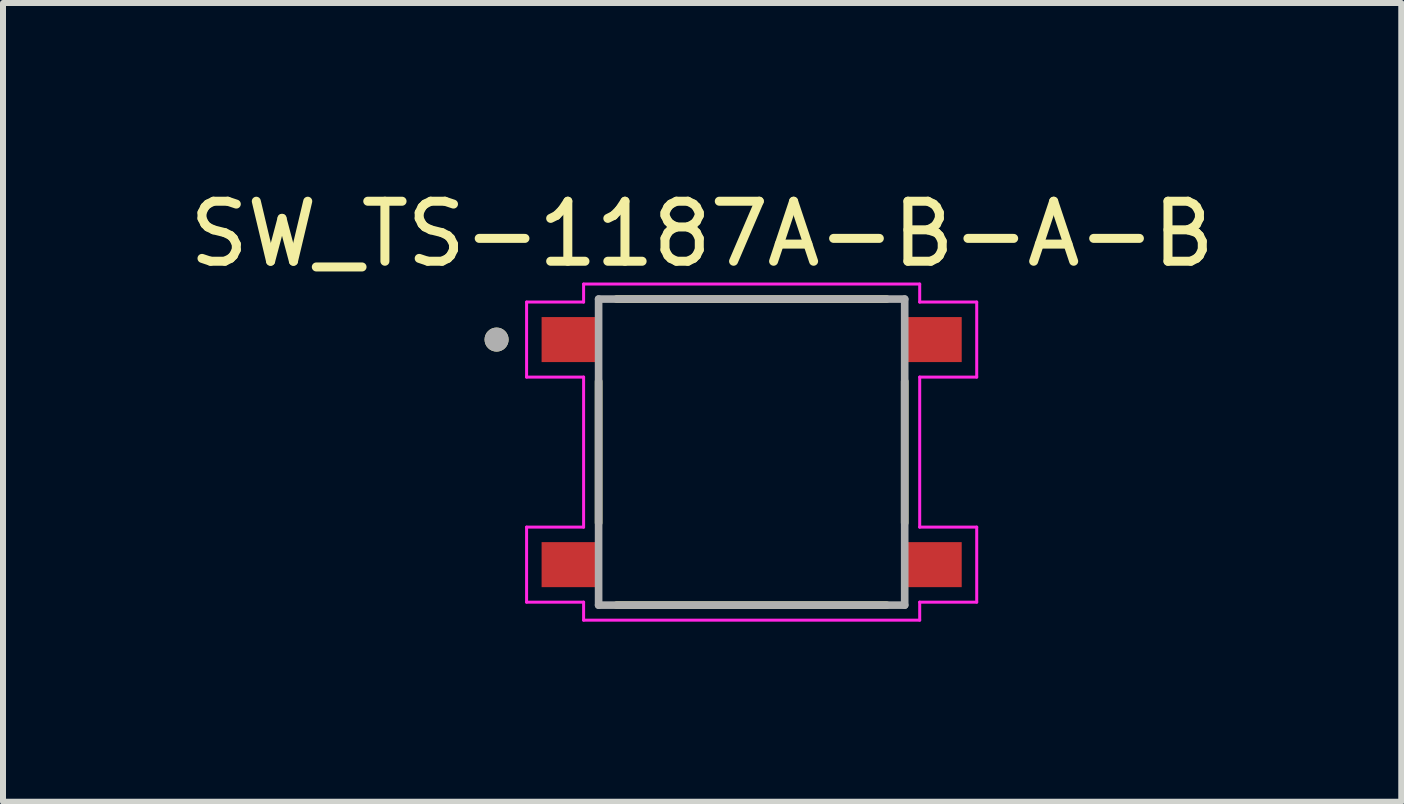
<source format=kicad_pcb>
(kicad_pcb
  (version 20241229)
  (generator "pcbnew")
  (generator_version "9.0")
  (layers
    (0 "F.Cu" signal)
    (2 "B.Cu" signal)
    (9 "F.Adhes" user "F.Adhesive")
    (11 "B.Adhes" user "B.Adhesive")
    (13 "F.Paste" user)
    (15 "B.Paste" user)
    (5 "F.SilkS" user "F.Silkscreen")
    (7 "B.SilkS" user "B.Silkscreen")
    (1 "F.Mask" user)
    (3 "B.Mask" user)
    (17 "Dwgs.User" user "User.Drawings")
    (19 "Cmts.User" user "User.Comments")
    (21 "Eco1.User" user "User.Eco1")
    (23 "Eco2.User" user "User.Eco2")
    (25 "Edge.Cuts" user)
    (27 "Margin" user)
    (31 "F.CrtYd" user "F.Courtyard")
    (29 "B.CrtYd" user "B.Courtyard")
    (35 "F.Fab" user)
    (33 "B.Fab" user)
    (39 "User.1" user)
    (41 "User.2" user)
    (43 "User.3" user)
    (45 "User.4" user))
  (footprint "SW_TS-1187A-B-A-B"
    (layer "F.Cu")
    (at 9.474 4.483)
    (property "Reference" "SW_TS-1187A-B-A-B" (at -0.825 -3.635 0) (layer "F.SilkS") (effects (font (size 1 1) (thickness 0.15))))
    (attr smd)
    (fp_line (start -2.55 -1.18) (end -2.55 1.18) (stroke (width 0.127) (type solid)) (layer "F.SilkS"))
    (fp_line (start 2.25 -2.55) (end -2.25 -2.55) (stroke (width 0.127) (type solid)) (layer "F.SilkS"))
    (fp_line (start 2.25 2.55) (end -2.25 2.55) (stroke (width 0.127) (type solid)) (layer "F.SilkS"))
    (fp_line (start 2.55 1.18) (end 2.55 -1.18) (stroke (width 0.127) (type solid)) (layer "F.SilkS"))
    (fp_circle (center -4.25 -1.875) (end -4.15 -1.875) (stroke (width 0.2) (type solid)) (fill no) (layer "F.SilkS"))
    (fp_line (start -3.75 -2.5) (end -3.75 -1.25) (stroke (width 0.05) (type solid)) (layer "F.CrtYd"))
    (fp_line (start -3.75 -2.5) (end -2.8 -2.5) (stroke (width 0.05) (type solid)) (layer "F.CrtYd"))
    (fp_line (start -3.75 -1.25) (end -2.8 -1.25) (stroke (width 0.05) (type solid)) (layer "F.CrtYd"))
    (fp_line (start -3.75 1.25) (end -2.8 1.25) (stroke (width 0.05) (type solid)) (layer "F.CrtYd"))
    (fp_line (start -3.75 2.5) (end -3.75 1.25) (stroke (width 0.05) (type solid)) (layer "F.CrtYd"))
    (fp_line (start -3.75 2.5) (end -2.8 2.5) (stroke (width 0.05) (type solid)) (layer "F.CrtYd"))
    (fp_line (start -2.8 -2.8) (end -2.8 -2.5) (stroke (width 0.05) (type solid)) (layer "F.CrtYd"))
    (fp_line (start -2.8 -1.25) (end -2.8 1.25) (stroke (width 0.05) (type solid)) (layer "F.CrtYd"))
    (fp_line (start -2.8 2.8) (end -2.8 2.5) (stroke (width 0.05) (type solid)) (layer "F.CrtYd"))
    (fp_line (start -2.8 2.8) (end 2.8 2.8) (stroke (width 0.05) (type solid)) (layer "F.CrtYd"))
    (fp_line (start 2.8 -2.8) (end -2.8 -2.8) (stroke (width 0.05) (type solid)) (layer "F.CrtYd"))
    (fp_line (start 2.8 -2.8) (end 2.8 -2.5) (stroke (width 0.05) (type solid)) (layer "F.CrtYd"))
    (fp_line (start 2.8 -1.25) (end 2.8 1.25) (stroke (width 0.05) (type solid)) (layer "F.CrtYd"))
    (fp_line (start 2.8 2.8) (end 2.8 2.5) (stroke (width 0.05) (type solid)) (layer "F.CrtYd"))
    (fp_line (start 3.75 -2.5) (end 2.8 -2.5) (stroke (width 0.05) (type solid)) (layer "F.CrtYd"))
    (fp_line (start 3.75 -2.5) (end 3.75 -1.25) (stroke (width 0.05) (type solid)) (layer "F.CrtYd"))
    (fp_line (start 3.75 -1.25) (end 2.8 -1.25) (stroke (width 0.05) (type solid)) (layer "F.CrtYd"))
    (fp_line (start 3.75 1.25) (end 2.8 1.25) (stroke (width 0.05) (type solid)) (layer "F.CrtYd"))
    (fp_line (start 3.75 2.5) (end 2.8 2.5) (stroke (width 0.05) (type solid)) (layer "F.CrtYd"))
    (fp_line (start 3.75 2.5) (end 3.75 1.25) (stroke (width 0.05) (type solid)) (layer "F.CrtYd"))
    (fp_line (start -2.55 -2.55) (end -2.55 2.55) (stroke (width 0.127) (type solid)) (layer "F.Fab"))
    (fp_line (start -2.55 2.55) (end 2.55 2.55) (stroke (width 0.127) (type solid)) (layer "F.Fab"))
    (fp_line (start 2.55 -2.55) (end -2.55 -2.55) (stroke (width 0.127) (type solid)) (layer "F.Fab"))
    (fp_line (start 2.55 2.55) (end 2.55 -2.55) (stroke (width 0.127) (type solid)) (layer "F.Fab"))
    (fp_circle (center -4.25 -1.875) (end -4.15 -1.875) (stroke (width 0.2) (type solid)) (fill no) (layer "F.Fab"))
    (pad "1" smd rect (at -3 -1.875) (size 1 0.75) (layers "F.Cu" "F.Mask" "F.Paste"))
    (pad "1" smd rect (at 3 -1.875) (size 1 0.75) (layers "F.Cu" "F.Mask" "F.Paste"))
    (pad "2" smd rect (at -3 1.875) (size 1 0.75) (layers "F.Cu" "F.Mask" "F.Paste"))
    (pad "2" smd rect (at 3 1.875) (size 1 0.75) (layers "F.Cu" "F.Mask" "F.Paste")))
  (gr_rect
    (start -3 -3)
    (end 20.298 10.308)
    (stroke (width 0.1) (type default))
    (fill no)
    (layer "Edge.Cuts")))
</source>
